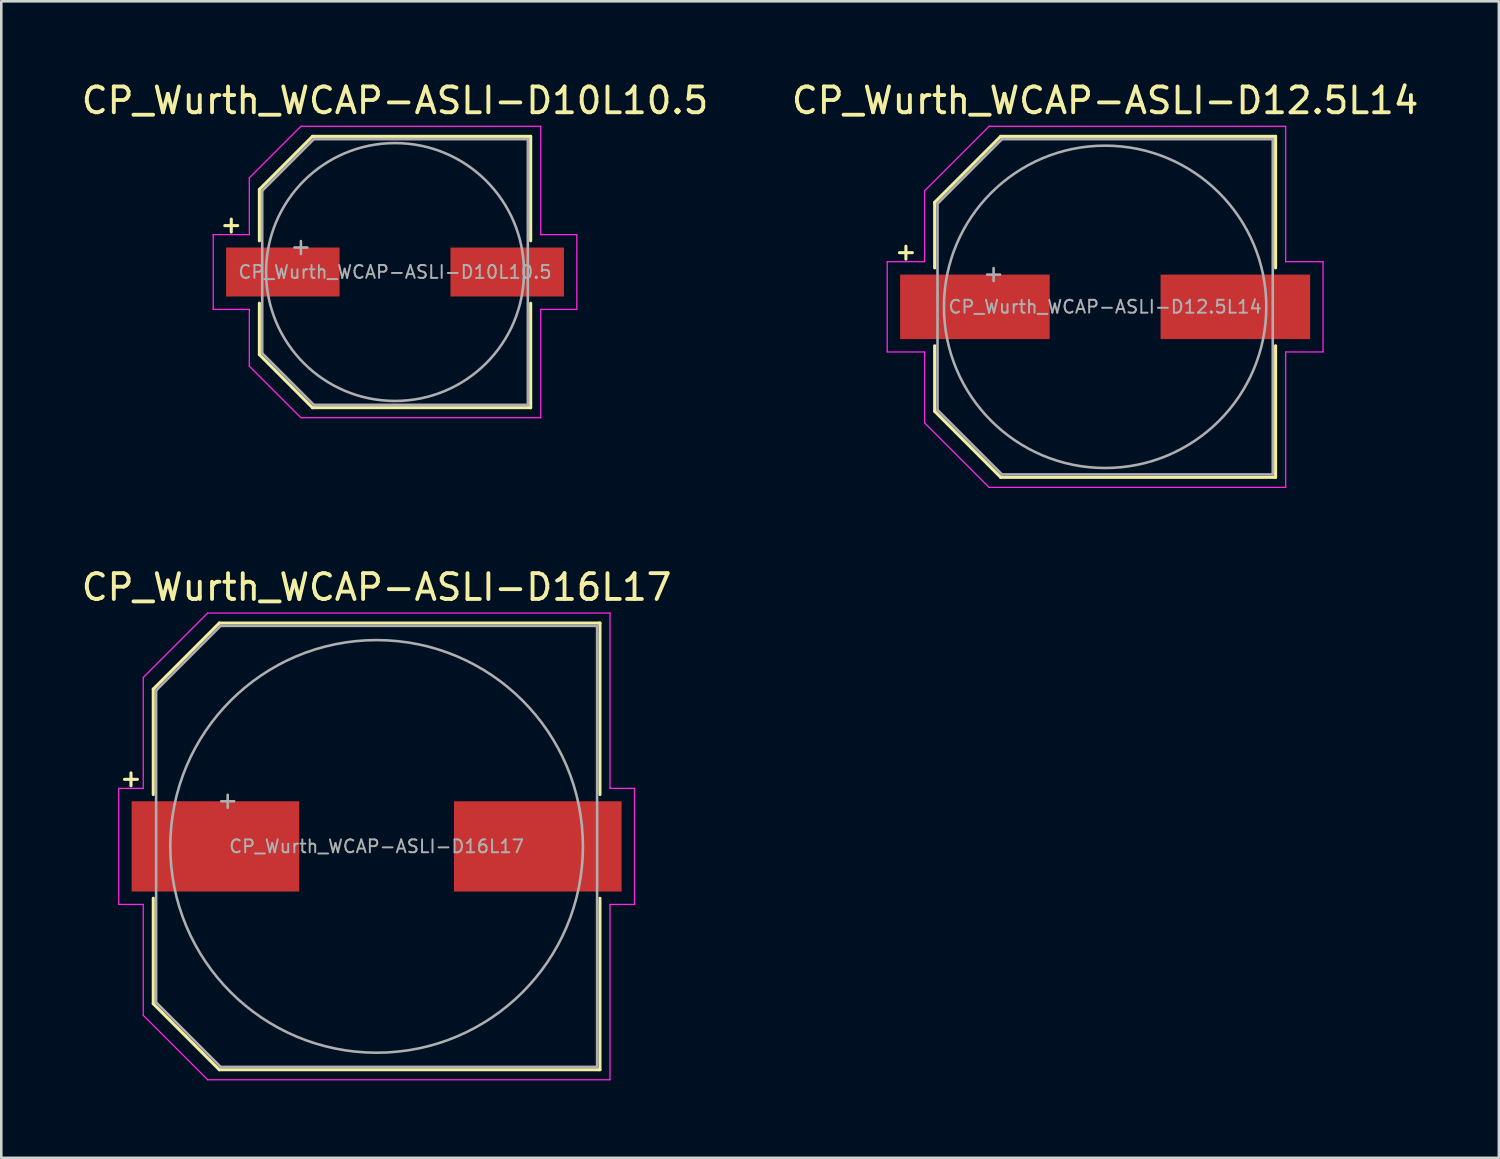
<source format=kicad_pcb>
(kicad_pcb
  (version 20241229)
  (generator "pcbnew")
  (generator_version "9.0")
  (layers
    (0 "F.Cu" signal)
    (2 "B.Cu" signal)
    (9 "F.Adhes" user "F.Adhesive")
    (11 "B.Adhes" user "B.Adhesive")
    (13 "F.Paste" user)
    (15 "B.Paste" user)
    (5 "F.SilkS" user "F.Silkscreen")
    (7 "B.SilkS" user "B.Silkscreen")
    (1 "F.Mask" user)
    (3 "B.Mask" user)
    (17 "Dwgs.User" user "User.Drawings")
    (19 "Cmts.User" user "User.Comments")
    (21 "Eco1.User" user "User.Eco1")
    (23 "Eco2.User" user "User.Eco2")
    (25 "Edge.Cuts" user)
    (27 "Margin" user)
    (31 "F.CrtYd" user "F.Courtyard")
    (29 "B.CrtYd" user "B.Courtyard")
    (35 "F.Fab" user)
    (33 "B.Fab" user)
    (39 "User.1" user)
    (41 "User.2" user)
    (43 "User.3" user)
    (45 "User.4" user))
  (footprint "CP_Wurth_WCAP-ASLI-D12.5L14"
    (layer "F.Cu")
    (at 39.804 8.848)
    (property "Reference" "CP_Wurth_WCAP-ASLI-D12.5L14" (at 0 -8 0) (unlocked yes) (layer "F.SilkS") (effects (font (size 1 1) (thickness 0.15))))
    (attr smd)
    (fp_line (start -7.725 -1.85) (end -7.725 -2.35) (stroke (width 0.12) (type solid)) (layer "F.SilkS"))
    (fp_line (start -7.475 -2.1) (end -7.975 -2.1) (stroke (width 0.12) (type solid)) (layer "F.SilkS"))
    (fp_line (start -6.61 -4.05) (end -6.61 -1.51) (stroke (width 0.12) (type default)) (layer "F.SilkS"))
    (fp_line (start -6.61 -4.05) (end -4.05 -6.61) (stroke (width 0.12) (type default)) (layer "F.SilkS"))
    (fp_line (start -6.61 4.05) (end -6.61 1.51) (stroke (width 0.12) (type default)) (layer "F.SilkS"))
    (fp_line (start -6.61 4.05) (end -4.05 6.61) (stroke (width 0.12) (type default)) (layer "F.SilkS"))
    (fp_line (start -4.05 -6.61) (end 6.61 -6.61) (stroke (width 0.12) (type solid)) (layer "F.SilkS"))
    (fp_line (start -4.05 6.61) (end 6.61 6.61) (stroke (width 0.12) (type solid)) (layer "F.SilkS"))
    (fp_line (start 6.61 -6.61) (end 6.61 -1.51) (stroke (width 0.12) (type default)) (layer "F.SilkS"))
    (fp_line (start 6.61 1.51) (end 6.61 6.61) (stroke (width 0.12) (type default)) (layer "F.SilkS"))
    (fp_line (start -8.45 -1.75) (end -8.45 1.75) (stroke (width 0.05) (type default)) (layer "F.CrtYd"))
    (fp_line (start -8.45 -1.75) (end -7 -1.75) (stroke (width 0.05) (type default)) (layer "F.CrtYd"))
    (fp_line (start -8.45 1.75) (end -7 1.75) (stroke (width 0.05) (type default)) (layer "F.CrtYd"))
    (fp_line (start -7 -4.5) (end -7 -1.75) (stroke (width 0.05) (type default)) (layer "F.CrtYd"))
    (fp_line (start -7 -4.5) (end -4.5 -7) (stroke (width 0.05) (type default)) (layer "F.CrtYd"))
    (fp_line (start -7 1.75) (end -7 4.5) (stroke (width 0.05) (type default)) (layer "F.CrtYd"))
    (fp_line (start -7 4.5) (end -4.5 7) (stroke (width 0.05) (type default)) (layer "F.CrtYd"))
    (fp_line (start -4.5 -7) (end 7 -7) (stroke (width 0.05) (type default)) (layer "F.CrtYd"))
    (fp_line (start -4.5 7) (end 7 7) (stroke (width 0.05) (type default)) (layer "F.CrtYd"))
    (fp_line (start 7 -7) (end 7 -1.75) (stroke (width 0.05) (type default)) (layer "F.CrtYd"))
    (fp_line (start 7 -1.75) (end 8.45 -1.75) (stroke (width 0.05) (type default)) (layer "F.CrtYd"))
    (fp_line (start 7 1.75) (end 7 7) (stroke (width 0.05) (type default)) (layer "F.CrtYd"))
    (fp_line (start 7 1.75) (end 8.45 1.75) (stroke (width 0.05) (type default)) (layer "F.CrtYd"))
    (fp_line (start 8.45 -1.75) (end 8.45 1.75) (stroke (width 0.05) (type default)) (layer "F.CrtYd"))
    (fp_line (start -6.5 -4) (end -4 -6.5) (stroke (width 0.1) (type default)) (layer "F.Fab"))
    (fp_line (start -6.5 4) (end -6.5 -4) (stroke (width 0.1) (type default)) (layer "F.Fab"))
    (fp_line (start -4.325 -1) (end -4.325 -1.5) (stroke (width 0.1) (type default)) (layer "F.Fab"))
    (fp_line (start -4.075 -1.25) (end -4.575 -1.25) (stroke (width 0.1) (type default)) (layer "F.Fab"))
    (fp_line (start -4 -6.5) (end 6.5 -6.5) (stroke (width 0.1) (type default)) (layer "F.Fab"))
    (fp_line (start -4 6.5) (end -6.5 4) (stroke (width 0.1) (type default)) (layer "F.Fab"))
    (fp_line (start 6.5 -6.5) (end 6.5 6.5) (stroke (width 0.1) (type default)) (layer "F.Fab"))
    (fp_line (start 6.5 6.5) (end -4 6.5) (stroke (width 0.1) (type default)) (layer "F.Fab"))
    (fp_circle (center 0 0) (end 6.25 0) (stroke (width 0.1) (type default)) (fill no) (layer "F.Fab"))
    (fp_text user "${REFERENCE}" (at 0 0 0) (unlocked yes) (layer "F.Fab") (effects (font (size 0.5 0.5) (thickness 0.075))))
    (pad "1" smd rect (at -5.05 0) (size 5.8 2.5) (layers "F.Cu" "F.Mask" "F.Paste"))
    (pad "2" smd rect (at 5.05 0) (size 5.8 2.5) (layers "F.Cu" "F.Mask" "F.Paste")))
  (footprint "CP_Wurth_WCAP-ASLI-D10L10.5"
    (layer "F.Cu")
    (at 12.268 7.498)
    (property "Reference" "CP_Wurth_WCAP-ASLI-D10L10.5" (at 0 -6.65 0) (unlocked yes) (layer "F.SilkS") (effects (font (size 1 1) (thickness 0.15))))
    (attr smd)
    (fp_line (start -6.35 -1.55) (end -6.35 -2.05) (stroke (width 0.12) (type solid)) (layer "F.SilkS"))
    (fp_line (start -6.1 -1.8) (end -6.6 -1.8) (stroke (width 0.12) (type solid)) (layer "F.SilkS"))
    (fp_line (start -5.26 -3.2) (end -5.26 -1.21) (stroke (width 0.12) (type default)) (layer "F.SilkS"))
    (fp_line (start -5.26 -3.2) (end -3.2 -5.26) (stroke (width 0.12) (type default)) (layer "F.SilkS"))
    (fp_line (start -5.26 3.2) (end -5.26 1.21) (stroke (width 0.12) (type default)) (layer "F.SilkS"))
    (fp_line (start -5.26 3.2) (end -3.2 5.26) (stroke (width 0.12) (type default)) (layer "F.SilkS"))
    (fp_line (start -3.2 -5.26) (end 5.26 -5.26) (stroke (width 0.12) (type solid)) (layer "F.SilkS"))
    (fp_line (start -3.2 5.26) (end 5.26 5.26) (stroke (width 0.12) (type solid)) (layer "F.SilkS"))
    (fp_line (start 5.26 -5.26) (end 5.26 -1.21) (stroke (width 0.12) (type default)) (layer "F.SilkS"))
    (fp_line (start 5.26 1.21) (end 5.26 5.26) (stroke (width 0.12) (type default)) (layer "F.SilkS"))
    (fp_line (start -7.05 -1.45) (end -7.05 1.45) (stroke (width 0.05) (type default)) (layer "F.CrtYd"))
    (fp_line (start -7.05 -1.45) (end -5.65 -1.45) (stroke (width 0.05) (type default)) (layer "F.CrtYd"))
    (fp_line (start -7.05 1.45) (end -5.65 1.45) (stroke (width 0.05) (type default)) (layer "F.CrtYd"))
    (fp_line (start -5.65 -3.65) (end -5.65 -1.45) (stroke (width 0.05) (type default)) (layer "F.CrtYd"))
    (fp_line (start -5.65 -3.65) (end -3.65 -5.65) (stroke (width 0.05) (type default)) (layer "F.CrtYd"))
    (fp_line (start -5.65 1.45) (end -5.65 3.65) (stroke (width 0.05) (type default)) (layer "F.CrtYd"))
    (fp_line (start -5.65 3.65) (end -3.65 5.65) (stroke (width 0.05) (type default)) (layer "F.CrtYd"))
    (fp_line (start -3.65 -5.65) (end 5.65 -5.65) (stroke (width 0.05) (type default)) (layer "F.CrtYd"))
    (fp_line (start -3.65 5.65) (end 5.65 5.65) (stroke (width 0.05) (type default)) (layer "F.CrtYd"))
    (fp_line (start 5.65 -5.65) (end 5.65 -1.45) (stroke (width 0.05) (type default)) (layer "F.CrtYd"))
    (fp_line (start 5.65 -1.45) (end 7.05 -1.45) (stroke (width 0.05) (type default)) (layer "F.CrtYd"))
    (fp_line (start 5.65 1.45) (end 5.65 5.65) (stroke (width 0.05) (type default)) (layer "F.CrtYd"))
    (fp_line (start 5.65 1.45) (end 7.05 1.45) (stroke (width 0.05) (type default)) (layer "F.CrtYd"))
    (fp_line (start 7.05 -1.45) (end 7.05 1.45) (stroke (width 0.05) (type default)) (layer "F.CrtYd"))
    (fp_line (start -5.15 -3.15) (end -3.15 -5.15) (stroke (width 0.1) (type default)) (layer "F.Fab"))
    (fp_line (start -5.15 3.15) (end -5.15 -3.15) (stroke (width 0.1) (type default)) (layer "F.Fab"))
    (fp_line (start -3.65 -0.7) (end -3.65 -1.2) (stroke (width 0.1) (type default)) (layer "F.Fab"))
    (fp_line (start -3.4 -0.95) (end -3.9 -0.95) (stroke (width 0.1) (type default)) (layer "F.Fab"))
    (fp_line (start -3.15 -5.15) (end 5.15 -5.15) (stroke (width 0.1) (type default)) (layer "F.Fab"))
    (fp_line (start -3.15 5.15) (end -5.15 3.15) (stroke (width 0.1) (type default)) (layer "F.Fab"))
    (fp_line (start 5.15 -5.15) (end 5.15 5.15) (stroke (width 0.1) (type default)) (layer "F.Fab"))
    (fp_line (start 5.15 5.15) (end -3.15 5.15) (stroke (width 0.1) (type default)) (layer "F.Fab"))
    (fp_circle (center 0 0) (end 5 0) (stroke (width 0.1) (type default)) (fill no) (layer "F.Fab"))
    (fp_text user "${REFERENCE}" (at 0 0 0) (unlocked yes) (layer "F.Fab") (effects (font (size 0.5 0.5) (thickness 0.075))))
    (pad "1" smd rect (at -4.35 0) (size 4.4 1.9) (layers "F.Cu" "F.Mask" "F.Paste"))
    (pad "2" smd rect (at 4.35 0) (size 4.4 1.9) (layers "F.Cu" "F.Mask" "F.Paste")))
  (footprint "CP_Wurth_WCAP-ASLI-D16L17"
    (layer "F.Cu")
    (at 11.554 29.771)
    (property "Reference" "CP_Wurth_WCAP-ASLI-D16L17" (at 0 -10.05 0) (unlocked yes) (layer "F.SilkS") (effects (font (size 1 1) (thickness 0.15))))
    (attr smd)
    (fp_line (start -9.525 -2.35) (end -9.525 -2.85) (stroke (width 0.12) (type solid)) (layer "F.SilkS"))
    (fp_line (start -9.275 -2.6) (end -9.775 -2.6) (stroke (width 0.12) (type solid)) (layer "F.SilkS"))
    (fp_line (start -8.66 -6.1) (end -8.66 -2.01) (stroke (width 0.12) (type default)) (layer "F.SilkS"))
    (fp_line (start -8.66 -6.1) (end -6.1 -8.66) (stroke (width 0.12) (type default)) (layer "F.SilkS"))
    (fp_line (start -8.66 6.1) (end -8.66 2.01) (stroke (width 0.12) (type default)) (layer "F.SilkS"))
    (fp_line (start -8.66 6.1) (end -6.1 8.66) (stroke (width 0.12) (type default)) (layer "F.SilkS"))
    (fp_line (start -6.1 -8.66) (end 8.66 -8.66) (stroke (width 0.12) (type solid)) (layer "F.SilkS"))
    (fp_line (start -6.1 8.66) (end 8.66 8.66) (stroke (width 0.12) (type solid)) (layer "F.SilkS"))
    (fp_line (start 8.66 -8.66) (end 8.66 -2.01) (stroke (width 0.12) (type default)) (layer "F.SilkS"))
    (fp_line (start 8.66 2.01) (end 8.66 8.66) (stroke (width 0.12) (type default)) (layer "F.SilkS"))
    (fp_line (start -10 -2.25) (end -10 2.25) (stroke (width 0.05) (type default)) (layer "F.CrtYd"))
    (fp_line (start -10 -2.25) (end -9.05 -2.25) (stroke (width 0.05) (type default)) (layer "F.CrtYd"))
    (fp_line (start -10 2.25) (end -9.05 2.25) (stroke (width 0.05) (type default)) (layer "F.CrtYd"))
    (fp_line (start -9.05 -6.55) (end -9.05 -2.25) (stroke (width 0.05) (type default)) (layer "F.CrtYd"))
    (fp_line (start -9.05 -6.55) (end -6.55 -9.05) (stroke (width 0.05) (type default)) (layer "F.CrtYd"))
    (fp_line (start -9.05 2.25) (end -9.05 6.55) (stroke (width 0.05) (type default)) (layer "F.CrtYd"))
    (fp_line (start -9.05 6.55) (end -6.55 9.05) (stroke (width 0.05) (type default)) (layer "F.CrtYd"))
    (fp_line (start -6.55 -9.05) (end 9.05 -9.05) (stroke (width 0.05) (type default)) (layer "F.CrtYd"))
    (fp_line (start -6.55 9.05) (end 9.05 9.05) (stroke (width 0.05) (type default)) (layer "F.CrtYd"))
    (fp_line (start 9.05 -9.05) (end 9.05 -2.25) (stroke (width 0.05) (type default)) (layer "F.CrtYd"))
    (fp_line (start 9.05 -2.25) (end 10 -2.25) (stroke (width 0.05) (type default)) (layer "F.CrtYd"))
    (fp_line (start 9.05 2.25) (end 9.05 9.05) (stroke (width 0.05) (type default)) (layer "F.CrtYd"))
    (fp_line (start 9.05 2.25) (end 10 2.25) (stroke (width 0.05) (type default)) (layer "F.CrtYd"))
    (fp_line (start 10 -2.25) (end 10 2.25) (stroke (width 0.05) (type default)) (layer "F.CrtYd"))
    (fp_line (start -8.55 -6.05) (end -6.05 -8.55) (stroke (width 0.1) (type default)) (layer "F.Fab"))
    (fp_line (start -8.55 6.05) (end -8.55 -6.05) (stroke (width 0.1) (type default)) (layer "F.Fab"))
    (fp_line (start -6.05 -8.55) (end 8.55 -8.55) (stroke (width 0.1) (type default)) (layer "F.Fab"))
    (fp_line (start -6.05 8.55) (end -8.55 6.05) (stroke (width 0.1) (type default)) (layer "F.Fab"))
    (fp_line (start -5.775 -1.5) (end -5.775 -2) (stroke (width 0.1) (type default)) (layer "F.Fab"))
    (fp_line (start -5.525 -1.75) (end -6.025 -1.75) (stroke (width 0.1) (type default)) (layer "F.Fab"))
    (fp_line (start 8.55 -8.55) (end 8.55 8.55) (stroke (width 0.1) (type default)) (layer "F.Fab"))
    (fp_line (start 8.55 8.55) (end -6.05 8.55) (stroke (width 0.1) (type default)) (layer "F.Fab"))
    (fp_circle (center 0 0) (end 8 0) (stroke (width 0.1) (type default)) (fill no) (layer "F.Fab"))
    (fp_text user "${REFERENCE}" (at 0 0 0) (unlocked yes) (layer "F.Fab") (effects (font (size 0.5 0.5) (thickness 0.075))))
    (pad "1" smd rect (at -6.25 0) (size 6.5 3.5) (layers "F.Cu" "F.Mask" "F.Paste"))
    (pad "2" smd rect (at 6.25 0) (size 6.5 3.5) (layers "F.Cu" "F.Mask" "F.Paste")))
  (gr_rect
    (start -3 -3)
    (end 55.071 41.846)
    (stroke (width 0.1) (type default))
    (fill no)
    (layer "Edge.Cuts")))
</source>
